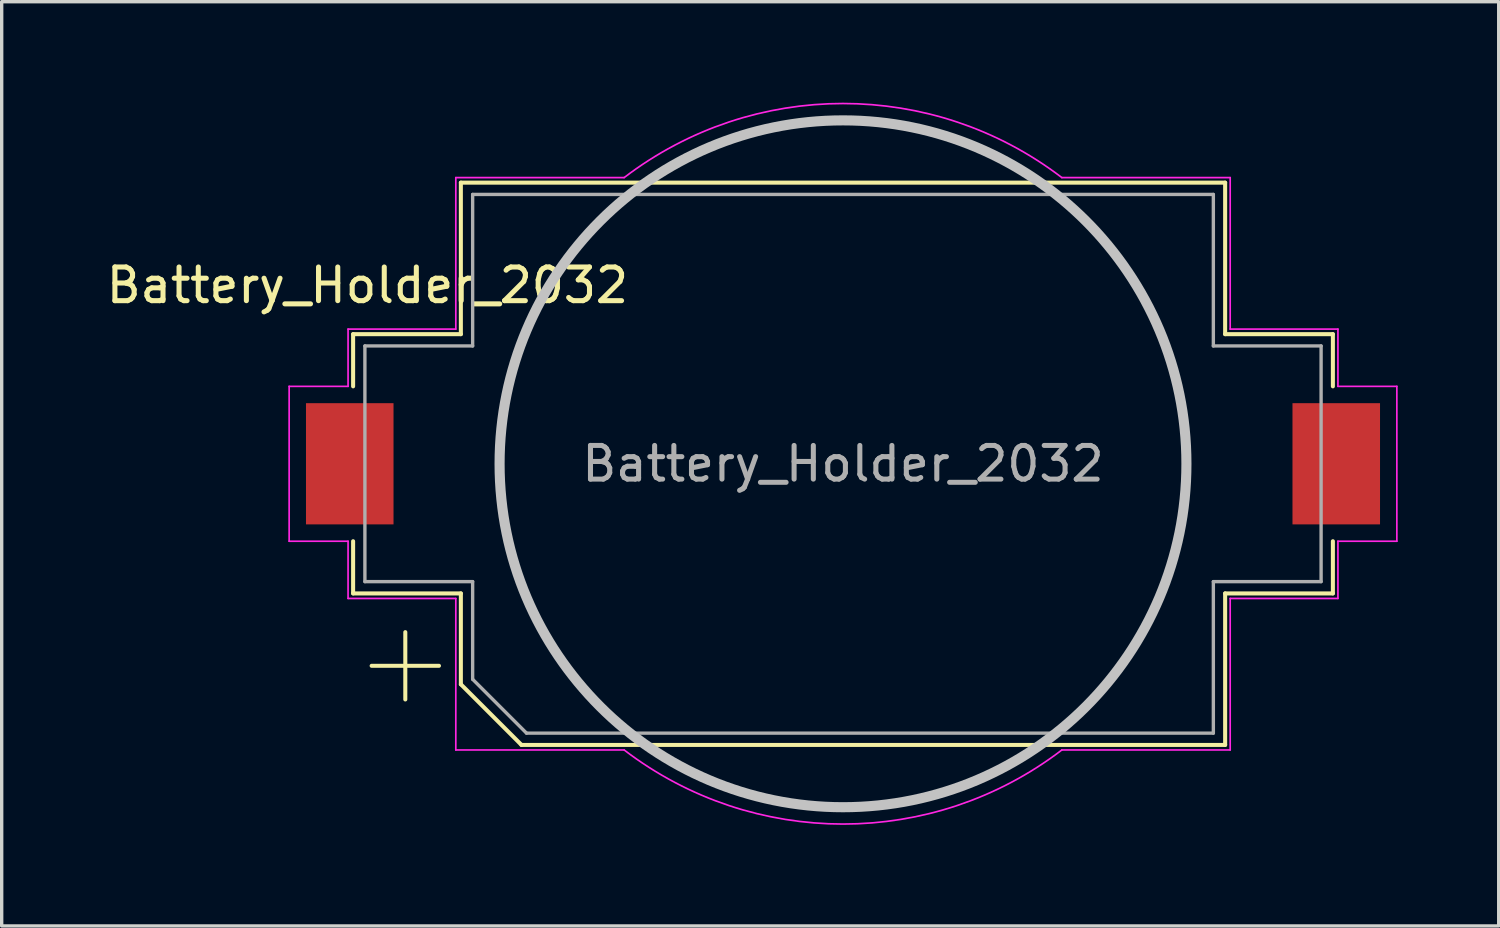
<source format=kicad_pcb>
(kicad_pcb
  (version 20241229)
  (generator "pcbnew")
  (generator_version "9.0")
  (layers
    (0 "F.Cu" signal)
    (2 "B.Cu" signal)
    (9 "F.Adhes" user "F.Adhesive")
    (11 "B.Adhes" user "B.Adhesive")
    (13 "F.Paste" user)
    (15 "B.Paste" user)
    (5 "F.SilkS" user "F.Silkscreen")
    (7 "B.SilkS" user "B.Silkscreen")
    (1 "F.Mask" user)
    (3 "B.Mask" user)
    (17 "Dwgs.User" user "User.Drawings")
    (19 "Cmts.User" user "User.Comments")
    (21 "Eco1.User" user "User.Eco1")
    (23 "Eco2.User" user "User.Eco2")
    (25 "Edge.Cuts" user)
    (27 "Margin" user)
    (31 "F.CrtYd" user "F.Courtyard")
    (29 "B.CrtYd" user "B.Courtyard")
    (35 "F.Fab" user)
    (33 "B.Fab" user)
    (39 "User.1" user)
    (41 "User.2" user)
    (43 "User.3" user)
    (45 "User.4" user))
  (footprint "Battery_Holder_2032"
    (layer "F.Cu")
    (at 21.988 10.725)
    (property "Reference" "Battery_Holder_2032" (at -14.125 -5.3 0) (layer "F.SilkS") (effects (font (size 1 1) (thickness 0.15))))
    (attr smd)
    (fp_line (start -14.55 -3.85) (end -14.55 -2.3) (stroke (width 0.12) (type solid)) (layer "F.SilkS"))
    (fp_line (start -14.55 3.85) (end -14.55 2.3) (stroke (width 0.12) (type solid)) (layer "F.SilkS"))
    (fp_line (start -13 5) (end -13 7) (stroke (width 0.12) (type solid)) (layer "F.SilkS"))
    (fp_line (start -12 6) (end -14 6) (stroke (width 0.12) (type solid)) (layer "F.SilkS"))
    (fp_line (start -11.35 -8.35) (end -11.35 -3.85) (stroke (width 0.12) (type solid)) (layer "F.SilkS"))
    (fp_line (start -11.35 -8.35) (end 11.35 -8.35) (stroke (width 0.12) (type solid)) (layer "F.SilkS"))
    (fp_line (start -11.35 -3.85) (end -14.55 -3.85) (stroke (width 0.12) (type solid)) (layer "F.SilkS"))
    (fp_line (start -11.35 3.85) (end -14.55 3.85) (stroke (width 0.12) (type solid)) (layer "F.SilkS"))
    (fp_line (start -11.35 6.55) (end -11.35 3.85) (stroke (width 0.12) (type solid)) (layer "F.SilkS"))
    (fp_line (start -9.55 8.35) (end -11.35 6.55) (stroke (width 0.12) (type solid)) (layer "F.SilkS"))
    (fp_line (start 11.35 -8.35) (end 11.35 -3.85) (stroke (width 0.12) (type solid)) (layer "F.SilkS"))
    (fp_line (start 11.35 -3.85) (end 14.55 -3.85) (stroke (width 0.12) (type solid)) (layer "F.SilkS"))
    (fp_line (start 11.35 3.85) (end 14.55 3.85) (stroke (width 0.12) (type solid)) (layer "F.SilkS"))
    (fp_line (start 11.35 8.35) (end -9.55 8.35) (stroke (width 0.12) (type solid)) (layer "F.SilkS"))
    (fp_line (start 11.35 8.35) (end 11.35 3.85) (stroke (width 0.12) (type solid)) (layer "F.SilkS"))
    (fp_line (start 14.55 -3.85) (end 14.55 -2.3) (stroke (width 0.12) (type solid)) (layer "F.SilkS"))
    (fp_line (start 14.55 3.85) (end 14.55 2.3) (stroke (width 0.12) (type solid)) (layer "F.SilkS"))
    (fp_circle (center 0 0) (end -10.2 0) (stroke (width 0.3) (type solid)) (fill no) (layer "Dwgs.User"))
    (fp_line (start -16.45 2.3) (end -16.45 -2.3) (stroke (width 0.05) (type solid)) (layer "F.CrtYd"))
    (fp_line (start -14.7 -4) (end -11.5 -4) (stroke (width 0.05) (type solid)) (layer "F.CrtYd"))
    (fp_line (start -14.7 -2.3) (end -16.45 -2.3) (stroke (width 0.05) (type solid)) (layer "F.CrtYd"))
    (fp_line (start -14.7 -2.3) (end -14.7 -4) (stroke (width 0.05) (type solid)) (layer "F.CrtYd"))
    (fp_line (start -14.7 2.3) (end -16.45 2.3) (stroke (width 0.05) (type solid)) (layer "F.CrtYd"))
    (fp_line (start -14.7 4) (end -14.7 2.3) (stroke (width 0.05) (type solid)) (layer "F.CrtYd"))
    (fp_line (start -14.7 4) (end -11.5 4) (stroke (width 0.05) (type solid)) (layer "F.CrtYd"))
    (fp_line (start -11.5 -8.5) (end -6.5 -8.5) (stroke (width 0.05) (type solid)) (layer "F.CrtYd"))
    (fp_line (start -11.5 -4) (end -11.5 -8.5) (stroke (width 0.05) (type solid)) (layer "F.CrtYd"))
    (fp_line (start -11.5 4) (end -11.5 8.5) (stroke (width 0.05) (type solid)) (layer "F.CrtYd"))
    (fp_line (start -6.5 8.5) (end -11.5 8.5) (stroke (width 0.05) (type solid)) (layer "F.CrtYd"))
    (fp_line (start 11.5 -8.5) (end 6.5 -8.5) (stroke (width 0.05) (type solid)) (layer "F.CrtYd"))
    (fp_line (start 11.5 -8.5) (end 11.5 -4) (stroke (width 0.05) (type solid)) (layer "F.CrtYd"))
    (fp_line (start 11.5 -4) (end 14.7 -4) (stroke (width 0.05) (type solid)) (layer "F.CrtYd"))
    (fp_line (start 11.5 4) (end 11.5 8.5) (stroke (width 0.05) (type solid)) (layer "F.CrtYd"))
    (fp_line (start 11.5 8.5) (end 6.5 8.5) (stroke (width 0.05) (type solid)) (layer "F.CrtYd"))
    (fp_line (start 14.7 -4) (end 14.7 -2.3) (stroke (width 0.05) (type solid)) (layer "F.CrtYd"))
    (fp_line (start 14.7 -2.3) (end 16.45 -2.3) (stroke (width 0.05) (type solid)) (layer "F.CrtYd"))
    (fp_line (start 14.7 2.3) (end 14.7 4) (stroke (width 0.05) (type solid)) (layer "F.CrtYd"))
    (fp_line (start 14.7 4) (end 11.5 4) (stroke (width 0.05) (type solid)) (layer "F.CrtYd"))
    (fp_line (start 16.45 -2.3) (end 16.45 2.3) (stroke (width 0.05) (type solid)) (layer "F.CrtYd"))
    (fp_line (start 16.45 2.3) (end 14.7 2.3) (stroke (width 0.05) (type solid)) (layer "F.CrtYd"))
    (fp_arc (start -6.499999 -8.5) (mid 0 -10.700467) (end 6.5 -8.5) (stroke (width 0.05) (type solid)) (layer "F.CrtYd"))
    (fp_arc (start 6.499999 8.5) (mid 0 10.700467) (end -6.5 8.5) (stroke (width 0.05) (type solid)) (layer "F.CrtYd"))
    (fp_line (start -14.2 -3.5) (end -11 -3.5) (stroke (width 0.1) (type solid)) (layer "F.Fab"))
    (fp_line (start -14.2 3.5) (end -14.2 -3.5) (stroke (width 0.1) (type solid)) (layer "F.Fab"))
    (fp_line (start -11 -8) (end -11 -3.5) (stroke (width 0.1) (type solid)) (layer "F.Fab"))
    (fp_line (start -11 3.5) (end -14.2 3.5) (stroke (width 0.1) (type solid)) (layer "F.Fab"))
    (fp_line (start -11 6.4) (end -11 3.5) (stroke (width 0.1) (type solid)) (layer "F.Fab"))
    (fp_line (start -9.4 8) (end -11 6.4) (stroke (width 0.1) (type solid)) (layer "F.Fab"))
    (fp_line (start 11 -8) (end -11 -8) (stroke (width 0.1) (type solid)) (layer "F.Fab"))
    (fp_line (start 11 -8) (end 11 -3.5) (stroke (width 0.1) (type solid)) (layer "F.Fab"))
    (fp_line (start 11 3.5) (end 14.2 3.5) (stroke (width 0.1) (type solid)) (layer "F.Fab"))
    (fp_line (start 11 8) (end -9.4 8) (stroke (width 0.1) (type solid)) (layer "F.Fab"))
    (fp_line (start 11 8) (end 11 3.5) (stroke (width 0.1) (type solid)) (layer "F.Fab"))
    (fp_line (start 14.2 -3.5) (end 11 -3.5) (stroke (width 0.1) (type solid)) (layer "F.Fab"))
    (fp_line (start 14.2 3.5) (end 14.2 -3.5) (stroke (width 0.1) (type solid)) (layer "F.Fab"))
    (fp_text user "${REFERENCE}" (at 0 0 0) (layer "F.Fab") (effects (font (size 1 1) (thickness 0.15))))
    (pad "1" smd rect (at -14.65 0 180) (size 2.6 3.6) (layers "F.Cu" "F.Mask" "F.Paste"))
    (pad "2" smd rect (at 14.65 0 180) (size 2.6 3.6) (layers "F.Cu" "F.Mask" "F.Paste")))
  (gr_rect
    (start -3 -3)
    (end 41.463 24.451)
    (stroke (width 0.1) (type default))
    (fill no)
    (layer "Edge.Cuts")))
</source>
